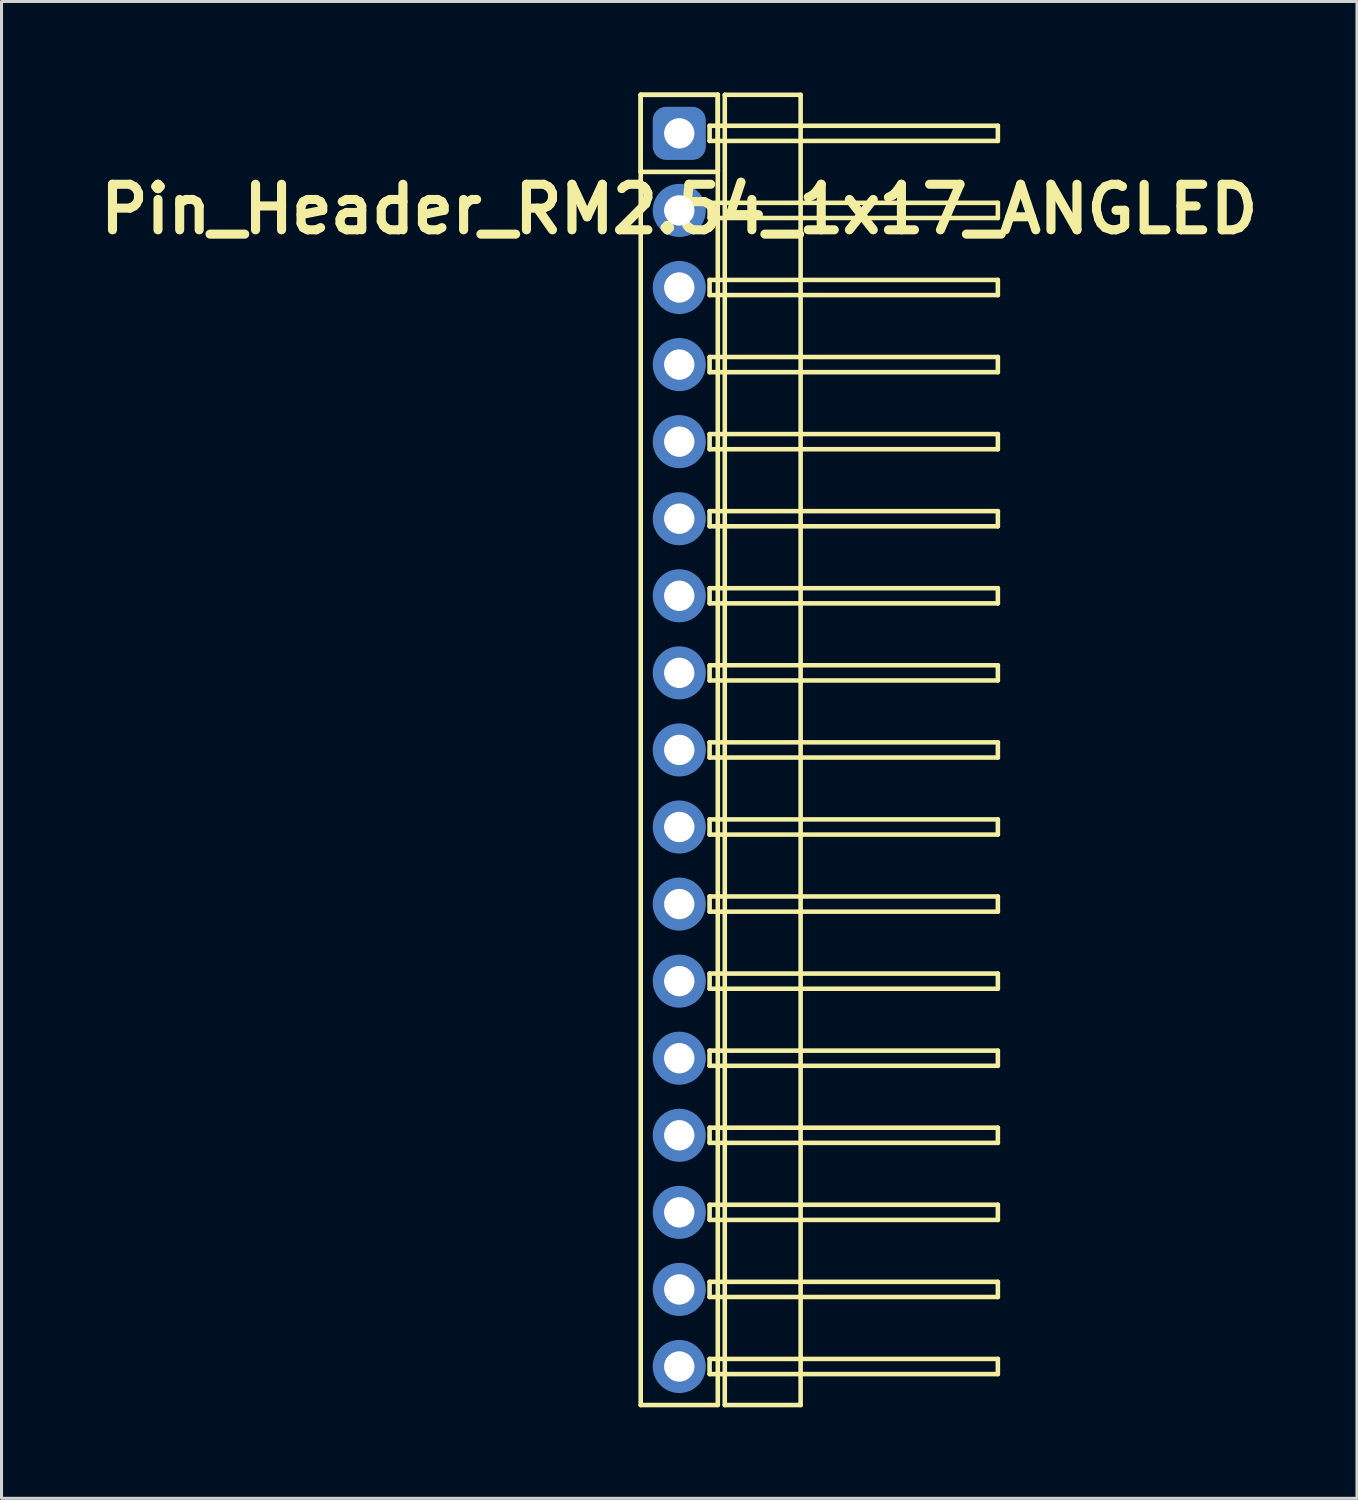
<source format=kicad_pcb>
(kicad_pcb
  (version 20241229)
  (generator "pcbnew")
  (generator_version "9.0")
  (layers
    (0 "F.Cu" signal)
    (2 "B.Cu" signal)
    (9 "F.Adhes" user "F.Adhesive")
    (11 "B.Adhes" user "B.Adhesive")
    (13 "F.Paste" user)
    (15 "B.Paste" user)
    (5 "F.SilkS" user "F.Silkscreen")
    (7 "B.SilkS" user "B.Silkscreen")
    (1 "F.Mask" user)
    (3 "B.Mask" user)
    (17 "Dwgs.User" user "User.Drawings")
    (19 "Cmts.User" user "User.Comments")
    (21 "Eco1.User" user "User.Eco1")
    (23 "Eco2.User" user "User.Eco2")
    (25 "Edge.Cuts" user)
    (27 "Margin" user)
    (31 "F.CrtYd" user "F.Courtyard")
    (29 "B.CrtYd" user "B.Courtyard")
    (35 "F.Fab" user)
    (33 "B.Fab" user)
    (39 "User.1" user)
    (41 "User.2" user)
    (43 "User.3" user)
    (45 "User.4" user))
  (footprint "Pin_Header_RM2.54_1x17_ANGLED"
    (layer "F.Cu")
    (at 19.336 1.345)
    (property "Reference" "Pin_Header_RM2.54_1x17_ANGLED" (at 0 2.5 0) (layer "F.SilkS") (effects (font (size 1.5 1.5) (thickness 0.3))))
    (attr through_hole)
    (fp_line (start -1.27 -1.27) (end 1.27 -1.27) (stroke (width 0.15) (type solid)) (layer "F.SilkS"))
    (fp_line (start -1.27 -1.27) (end 1.27 -1.27) (stroke (width 0.15) (type solid)) (layer "F.SilkS"))
    (fp_line (start -1.27 1.27) (end -1.27 -1.27) (stroke (width 0.15) (type solid)) (layer "F.SilkS"))
    (fp_line (start -1.27 41.91) (end -1.27 -1.27) (stroke (width 0.15) (type solid)) (layer "F.SilkS"))
    (fp_line (start 1 -0.25) (end 10.5 -0.25) (stroke (width 0.15) (type solid)) (layer "F.SilkS"))
    (fp_line (start 1 0.25) (end 1 -0.25) (stroke (width 0.15) (type solid)) (layer "F.SilkS"))
    (fp_line (start 1 2.29) (end 10.5 2.29) (stroke (width 0.15) (type solid)) (layer "F.SilkS"))
    (fp_line (start 1 2.79) (end 1 2.29) (stroke (width 0.15) (type solid)) (layer "F.SilkS"))
    (fp_line (start 1 4.83) (end 10.5 4.83) (stroke (width 0.15) (type solid)) (layer "F.SilkS"))
    (fp_line (start 1 5.33) (end 1 4.83) (stroke (width 0.15) (type solid)) (layer "F.SilkS"))
    (fp_line (start 1 7.37) (end 10.5 7.37) (stroke (width 0.15) (type solid)) (layer "F.SilkS"))
    (fp_line (start 1 7.87) (end 1 7.37) (stroke (width 0.15) (type solid)) (layer "F.SilkS"))
    (fp_line (start 1 9.91) (end 10.5 9.91) (stroke (width 0.15) (type solid)) (layer "F.SilkS"))
    (fp_line (start 1 10.41) (end 1 9.91) (stroke (width 0.15) (type solid)) (layer "F.SilkS"))
    (fp_line (start 1 12.45) (end 10.5 12.45) (stroke (width 0.15) (type solid)) (layer "F.SilkS"))
    (fp_line (start 1 12.95) (end 1 12.45) (stroke (width 0.15) (type solid)) (layer "F.SilkS"))
    (fp_line (start 1 14.99) (end 10.5 14.99) (stroke (width 0.15) (type solid)) (layer "F.SilkS"))
    (fp_line (start 1 15.49) (end 1 14.99) (stroke (width 0.15) (type solid)) (layer "F.SilkS"))
    (fp_line (start 1 17.53) (end 10.5 17.53) (stroke (width 0.15) (type solid)) (layer "F.SilkS"))
    (fp_line (start 1 18.03) (end 1 17.53) (stroke (width 0.15) (type solid)) (layer "F.SilkS"))
    (fp_line (start 1 20.07) (end 10.5 20.07) (stroke (width 0.15) (type solid)) (layer "F.SilkS"))
    (fp_line (start 1 20.57) (end 1 20.07) (stroke (width 0.15) (type solid)) (layer "F.SilkS"))
    (fp_line (start 1 22.61) (end 10.5 22.61) (stroke (width 0.15) (type solid)) (layer "F.SilkS"))
    (fp_line (start 1 23.11) (end 1 22.61) (stroke (width 0.15) (type solid)) (layer "F.SilkS"))
    (fp_line (start 1 25.15) (end 10.5 25.15) (stroke (width 0.15) (type solid)) (layer "F.SilkS"))
    (fp_line (start 1 25.65) (end 1 25.15) (stroke (width 0.15) (type solid)) (layer "F.SilkS"))
    (fp_line (start 1 27.69) (end 10.5 27.69) (stroke (width 0.15) (type solid)) (layer "F.SilkS"))
    (fp_line (start 1 28.19) (end 1 27.69) (stroke (width 0.15) (type solid)) (layer "F.SilkS"))
    (fp_line (start 1 30.23) (end 10.5 30.23) (stroke (width 0.15) (type solid)) (layer "F.SilkS"))
    (fp_line (start 1 30.73) (end 1 30.23) (stroke (width 0.15) (type solid)) (layer "F.SilkS"))
    (fp_line (start 1 32.77) (end 10.5 32.77) (stroke (width 0.15) (type solid)) (layer "F.SilkS"))
    (fp_line (start 1 33.27) (end 1 32.77) (stroke (width 0.15) (type solid)) (layer "F.SilkS"))
    (fp_line (start 1 35.31) (end 10.5 35.31) (stroke (width 0.15) (type solid)) (layer "F.SilkS"))
    (fp_line (start 1 35.81) (end 1 35.31) (stroke (width 0.15) (type solid)) (layer "F.SilkS"))
    (fp_line (start 1 37.85) (end 10.5 37.85) (stroke (width 0.15) (type solid)) (layer "F.SilkS"))
    (fp_line (start 1 38.35) (end 1 37.85) (stroke (width 0.15) (type solid)) (layer "F.SilkS"))
    (fp_line (start 1 40.39) (end 10.5 40.39) (stroke (width 0.15) (type solid)) (layer "F.SilkS"))
    (fp_line (start 1 40.89) (end 1 40.39) (stroke (width 0.15) (type solid)) (layer "F.SilkS"))
    (fp_line (start 1.27 -1.27) (end 1.27 1.27) (stroke (width 0.15) (type solid)) (layer "F.SilkS"))
    (fp_line (start 1.27 -1.27) (end 1.27 41.91) (stroke (width 0.15) (type solid)) (layer "F.SilkS"))
    (fp_line (start 1.27 1.27) (end -1.27 1.27) (stroke (width 0.15) (type solid)) (layer "F.SilkS"))
    (fp_line (start 1.27 41.91) (end -1.27 41.91) (stroke (width 0.15) (type solid)) (layer "F.SilkS"))
    (fp_line (start 1.5 -1.27) (end 4 -1.27) (stroke (width 0.15) (type solid)) (layer "F.SilkS"))
    (fp_line (start 1.5 41.91) (end 1.5 -1.27) (stroke (width 0.15) (type solid)) (layer "F.SilkS"))
    (fp_line (start 4 -1.27) (end 4 41.91) (stroke (width 0.15) (type solid)) (layer "F.SilkS"))
    (fp_line (start 4 41.91) (end 1.5 41.91) (stroke (width 0.15) (type solid)) (layer "F.SilkS"))
    (fp_line (start 10.5 -0.25) (end 10.5 0.25) (stroke (width 0.15) (type solid)) (layer "F.SilkS"))
    (fp_line (start 10.5 0.25) (end 1 0.25) (stroke (width 0.15) (type solid)) (layer "F.SilkS"))
    (fp_line (start 10.5 2.29) (end 10.5 2.79) (stroke (width 0.15) (type solid)) (layer "F.SilkS"))
    (fp_line (start 10.5 2.79) (end 1 2.79) (stroke (width 0.15) (type solid)) (layer "F.SilkS"))
    (fp_line (start 10.5 4.83) (end 10.5 5.33) (stroke (width 0.15) (type solid)) (layer "F.SilkS"))
    (fp_line (start 10.5 5.33) (end 1 5.33) (stroke (width 0.15) (type solid)) (layer "F.SilkS"))
    (fp_line (start 10.5 7.37) (end 10.5 7.87) (stroke (width 0.15) (type solid)) (layer "F.SilkS"))
    (fp_line (start 10.5 7.87) (end 1 7.87) (stroke (width 0.15) (type solid)) (layer "F.SilkS"))
    (fp_line (start 10.5 9.91) (end 10.5 10.41) (stroke (width 0.15) (type solid)) (layer "F.SilkS"))
    (fp_line (start 10.5 10.41) (end 1 10.41) (stroke (width 0.15) (type solid)) (layer "F.SilkS"))
    (fp_line (start 10.5 12.45) (end 10.5 12.95) (stroke (width 0.15) (type solid)) (layer "F.SilkS"))
    (fp_line (start 10.5 12.95) (end 1 12.95) (stroke (width 0.15) (type solid)) (layer "F.SilkS"))
    (fp_line (start 10.5 14.99) (end 10.5 15.49) (stroke (width 0.15) (type solid)) (layer "F.SilkS"))
    (fp_line (start 10.5 15.49) (end 1 15.49) (stroke (width 0.15) (type solid)) (layer "F.SilkS"))
    (fp_line (start 10.5 17.53) (end 10.5 18.03) (stroke (width 0.15) (type solid)) (layer "F.SilkS"))
    (fp_line (start 10.5 18.03) (end 1 18.03) (stroke (width 0.15) (type solid)) (layer "F.SilkS"))
    (fp_line (start 10.5 20.07) (end 10.5 20.57) (stroke (width 0.15) (type solid)) (layer "F.SilkS"))
    (fp_line (start 10.5 20.57) (end 1 20.57) (stroke (width 0.15) (type solid)) (layer "F.SilkS"))
    (fp_line (start 10.5 22.61) (end 10.5 23.11) (stroke (width 0.15) (type solid)) (layer "F.SilkS"))
    (fp_line (start 10.5 23.11) (end 1 23.11) (stroke (width 0.15) (type solid)) (layer "F.SilkS"))
    (fp_line (start 10.5 25.15) (end 10.5 25.65) (stroke (width 0.15) (type solid)) (layer "F.SilkS"))
    (fp_line (start 10.5 25.65) (end 1 25.65) (stroke (width 0.15) (type solid)) (layer "F.SilkS"))
    (fp_line (start 10.5 27.69) (end 10.5 28.19) (stroke (width 0.15) (type solid)) (layer "F.SilkS"))
    (fp_line (start 10.5 28.19) (end 1 28.19) (stroke (width 0.15) (type solid)) (layer "F.SilkS"))
    (fp_line (start 10.5 30.23) (end 10.5 30.73) (stroke (width 0.15) (type solid)) (layer "F.SilkS"))
    (fp_line (start 10.5 30.73) (end 1 30.73) (stroke (width 0.15) (type solid)) (layer "F.SilkS"))
    (fp_line (start 10.5 32.77) (end 10.5 33.27) (stroke (width 0.15) (type solid)) (layer "F.SilkS"))
    (fp_line (start 10.5 33.27) (end 1 33.27) (stroke (width 0.15) (type solid)) (layer "F.SilkS"))
    (fp_line (start 10.5 35.31) (end 10.5 35.81) (stroke (width 0.15) (type solid)) (layer "F.SilkS"))
    (fp_line (start 10.5 35.81) (end 1 35.81) (stroke (width 0.15) (type solid)) (layer "F.SilkS"))
    (fp_line (start 10.5 37.85) (end 10.5 38.35) (stroke (width 0.15) (type solid)) (layer "F.SilkS"))
    (fp_line (start 10.5 38.35) (end 1 38.35) (stroke (width 0.15) (type solid)) (layer "F.SilkS"))
    (fp_line (start 10.5 40.39) (end 10.5 40.89) (stroke (width 0.15) (type solid)) (layer "F.SilkS"))
    (fp_line (start 10.5 40.89) (end 1 40.89) (stroke (width 0.15) (type solid)) (layer "F.SilkS"))
    (pad "1" thru_hole circle (at 0 0) (size 1.3 1.3) (drill 1) (layers "*.Cu" "*.Mask"))
    (pad "1" smd roundrect (at 0 0) (size 1.5 1.5) (layers "F.Cu" "F.Mask") (roundrect_rratio 0.25))
    (pad "1" smd roundrect (at 0 0) (size 1.75 1.75) (layers "B.Cu" "B.Mask") (roundrect_rratio 0.25))
    (pad "2" thru_hole circle (at 0 2.54) (size 1.3 1.3) (drill 1) (layers "*.Cu" "*.Mask"))
    (pad "2" smd circle (at 0 2.54) (size 1.5 1.5) (layers "F.Cu" "F.Mask"))
    (pad "2" smd circle (at 0 2.54) (size 1.75 1.75) (layers "B.Cu" "B.Mask"))
    (pad "3" thru_hole circle (at 0 5.08) (size 1.3 1.3) (drill 1) (layers "*.Cu" "*.Mask"))
    (pad "3" smd circle (at 0 5.08) (size 1.5 1.5) (layers "F.Cu" "F.Mask"))
    (pad "3" smd circle (at 0 5.08) (size 1.75 1.75) (layers "B.Cu" "B.Mask"))
    (pad "4" thru_hole circle (at 0 7.62) (size 1.3 1.3) (drill 1) (layers "*.Cu" "*.Mask"))
    (pad "4" smd circle (at 0 7.62) (size 1.5 1.5) (layers "F.Cu" "F.Mask"))
    (pad "4" smd circle (at 0 7.62) (size 1.75 1.75) (layers "B.Cu" "B.Mask"))
    (pad "5" thru_hole circle (at 0 10.16) (size 1.3 1.3) (drill 1) (layers "*.Cu" "*.Mask"))
    (pad "5" smd circle (at 0 10.16) (size 1.5 1.5) (layers "F.Cu" "F.Mask"))
    (pad "5" smd circle (at 0 10.16) (size 1.75 1.75) (layers "B.Cu" "B.Mask"))
    (pad "6" thru_hole circle (at 0 12.7) (size 1.3 1.3) (drill 1) (layers "*.Cu" "*.Mask"))
    (pad "6" smd circle (at 0 12.7) (size 1.5 1.5) (layers "F.Cu" "F.Mask"))
    (pad "6" smd circle (at 0 12.7) (size 1.75 1.75) (layers "B.Cu" "B.Mask"))
    (pad "7" thru_hole circle (at 0 15.24) (size 1.3 1.3) (drill 1) (layers "*.Cu" "*.Mask"))
    (pad "7" smd circle (at 0 15.24) (size 1.5 1.5) (layers "F.Cu" "F.Mask"))
    (pad "7" smd circle (at 0 15.24) (size 1.75 1.75) (layers "B.Cu" "B.Mask"))
    (pad "8" thru_hole circle (at 0 17.78) (size 1.3 1.3) (drill 1) (layers "*.Cu" "*.Mask"))
    (pad "8" smd circle (at 0 17.78) (size 1.5 1.5) (layers "F.Cu" "F.Mask"))
    (pad "8" smd circle (at 0 17.78) (size 1.75 1.75) (layers "B.Cu" "B.Mask"))
    (pad "9" thru_hole circle (at 0 20.32) (size 1.3 1.3) (drill 1) (layers "*.Cu" "*.Mask"))
    (pad "9" smd circle (at 0 20.32) (size 1.5 1.5) (layers "F.Cu" "F.Mask"))
    (pad "9" smd circle (at 0 20.32) (size 1.75 1.75) (layers "B.Cu" "B.Mask"))
    (pad "10" thru_hole circle (at 0 22.86) (size 1.3 1.3) (drill 1) (layers "*.Cu" "*.Mask"))
    (pad "10" smd circle (at 0 22.86) (size 1.5 1.5) (layers "F.Cu" "F.Mask"))
    (pad "10" smd circle (at 0 22.86) (size 1.75 1.75) (layers "B.Cu" "B.Mask"))
    (pad "11" thru_hole circle (at 0 25.4) (size 1.3 1.3) (drill 1) (layers "*.Cu" "*.Mask"))
    (pad "11" smd circle (at 0 25.4) (size 1.5 1.5) (layers "F.Cu" "F.Mask"))
    (pad "11" smd circle (at 0 25.4) (size 1.75 1.75) (layers "B.Cu" "B.Mask"))
    (pad "12" thru_hole circle (at 0 27.94) (size 1.3 1.3) (drill 1) (layers "*.Cu" "*.Mask"))
    (pad "12" smd circle (at 0 27.94) (size 1.5 1.5) (layers "F.Cu" "F.Mask"))
    (pad "12" smd circle (at 0 27.94) (size 1.75 1.75) (layers "B.Cu" "B.Mask"))
    (pad "13" thru_hole circle (at 0 30.48) (size 1.3 1.3) (drill 1) (layers "*.Cu" "*.Mask"))
    (pad "13" smd circle (at 0 30.48) (size 1.5 1.5) (layers "F.Cu" "F.Mask"))
    (pad "13" smd circle (at 0 30.48) (size 1.75 1.75) (layers "B.Cu" "B.Mask"))
    (pad "14" thru_hole circle (at 0 33.02) (size 1.3 1.3) (drill 1) (layers "*.Cu" "*.Mask"))
    (pad "14" smd circle (at 0 33.02) (size 1.5 1.5) (layers "F.Cu" "F.Mask"))
    (pad "14" smd circle (at 0 33.02) (size 1.75 1.75) (layers "B.Cu" "B.Mask"))
    (pad "15" thru_hole circle (at 0 35.56) (size 1.3 1.3) (drill 1) (layers "*.Cu" "*.Mask"))
    (pad "15" smd circle (at 0 35.56) (size 1.5 1.5) (layers "F.Cu" "F.Mask"))
    (pad "15" smd circle (at 0 35.56) (size 1.75 1.75) (layers "B.Cu" "B.Mask"))
    (pad "16" thru_hole circle (at 0 38.1) (size 1.3 1.3) (drill 1) (layers "*.Cu" "*.Mask"))
    (pad "16" smd circle (at 0 38.1) (size 1.5 1.5) (layers "F.Cu" "F.Mask"))
    (pad "16" smd circle (at 0 38.1) (size 1.75 1.75) (layers "B.Cu" "B.Mask"))
    (pad "17" thru_hole circle (at 0 40.64) (size 1.3 1.3) (drill 1) (layers "*.Cu" "*.Mask"))
    (pad "17" smd circle (at 0 40.64) (size 1.5 1.5) (layers "F.Cu" "F.Mask"))
    (pad "17" smd circle (at 0 40.64) (size 1.75 1.75) (layers "B.Cu" "B.Mask")))
  (gr_rect
    (start -3 -3)
    (end 41.671 46.33)
    (stroke (width 0.1) (type default))
    (fill no)
    (layer "Edge.Cuts")))
</source>
